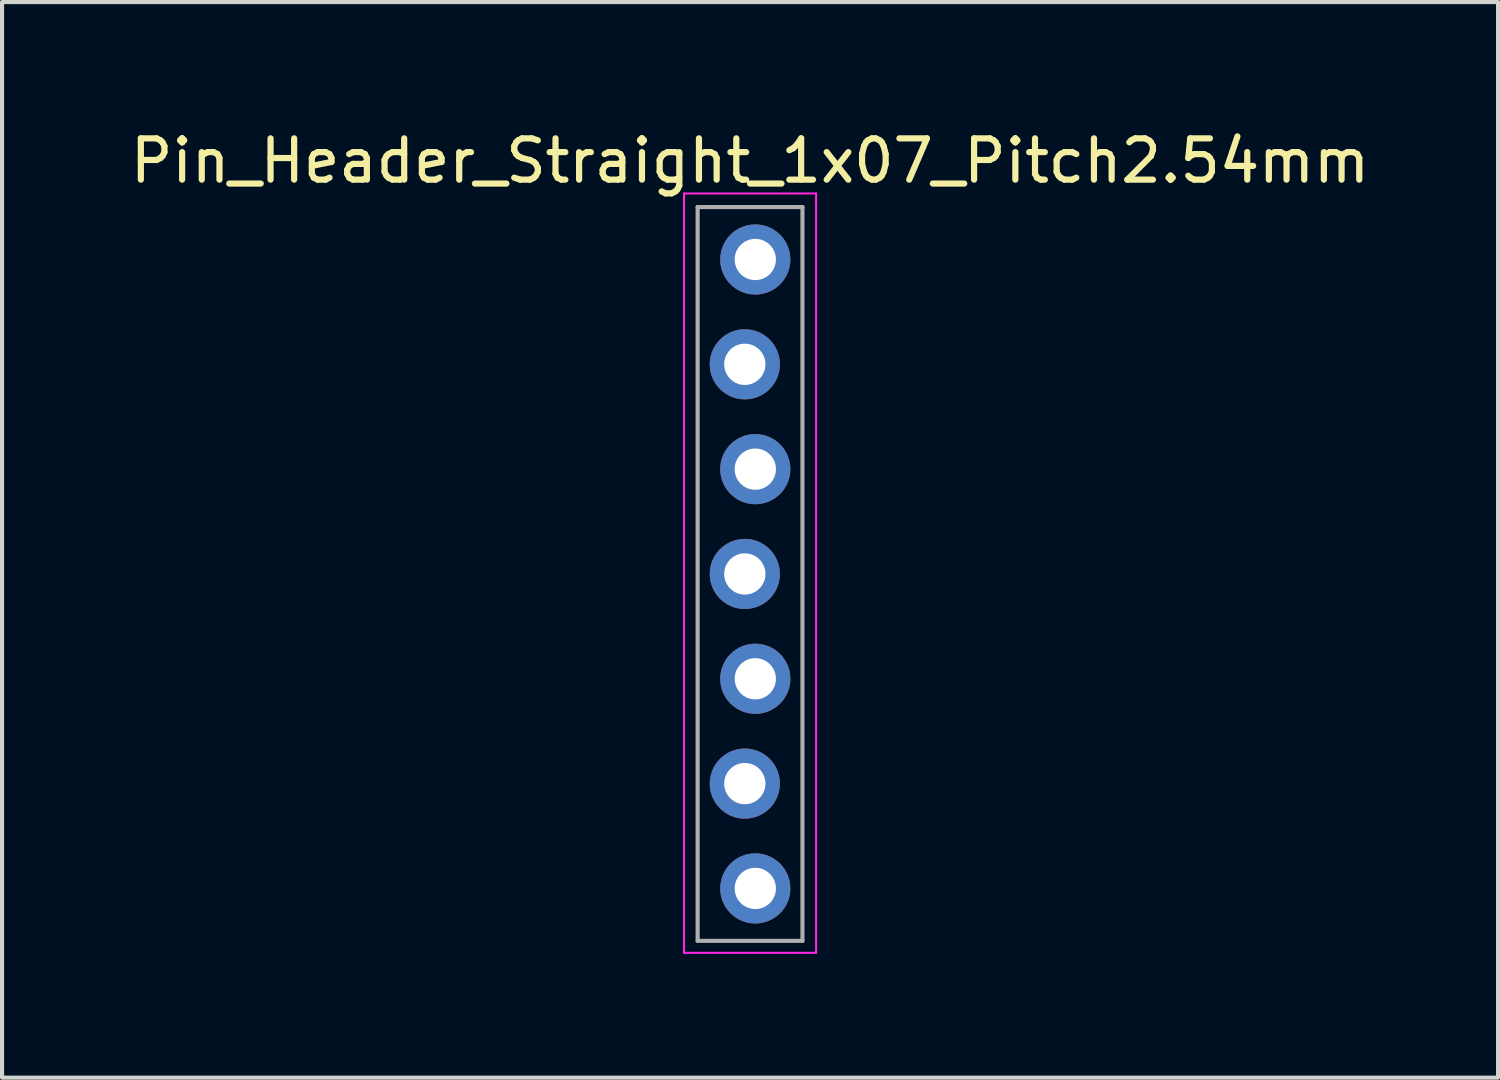
<source format=kicad_pcb>
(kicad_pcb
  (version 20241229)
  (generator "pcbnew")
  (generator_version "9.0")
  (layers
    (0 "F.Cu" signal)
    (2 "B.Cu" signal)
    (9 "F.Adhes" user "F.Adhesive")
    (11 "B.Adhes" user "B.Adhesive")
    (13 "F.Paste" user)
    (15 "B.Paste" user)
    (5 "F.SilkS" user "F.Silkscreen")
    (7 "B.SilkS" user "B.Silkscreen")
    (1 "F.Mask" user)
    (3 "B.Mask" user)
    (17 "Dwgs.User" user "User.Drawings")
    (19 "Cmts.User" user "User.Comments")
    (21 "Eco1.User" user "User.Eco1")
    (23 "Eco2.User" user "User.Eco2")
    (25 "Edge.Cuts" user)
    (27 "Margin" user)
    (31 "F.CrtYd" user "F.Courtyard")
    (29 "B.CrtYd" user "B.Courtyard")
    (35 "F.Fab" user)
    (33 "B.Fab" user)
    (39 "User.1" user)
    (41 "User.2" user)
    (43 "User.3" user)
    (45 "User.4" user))
  (footprint "Pin_Header_Straight_1x07_Pitch2.54mm"
    (layer "F.Cu")
    (at 15.125 3.238)
    (property "Reference" "Pin_Header_Straight_1x07_Pitch2.54mm" (at 0 -2.39 0) (layer "F.SilkS") (effects (font (size 1 1) (thickness 0.15))))
    (attr through_hole)
    (fp_line (start -1.6 -1.6) (end -1.6 16.8) (stroke (width 0.05) (type solid)) (layer "F.CrtYd"))
    (fp_line (start -1.6 16.8) (end 1.6 16.8) (stroke (width 0.05) (type solid)) (layer "F.CrtYd"))
    (fp_line (start 1.6 -1.6) (end -1.6 -1.6) (stroke (width 0.05) (type solid)) (layer "F.CrtYd"))
    (fp_line (start 1.6 16.8) (end 1.6 -1.6) (stroke (width 0.05) (type solid)) (layer "F.CrtYd"))
    (fp_line (start -1.27 -1.27) (end -1.27 16.51) (stroke (width 0.1) (type solid)) (layer "F.Fab"))
    (fp_line (start -1.27 16.51) (end 1.27 16.51) (stroke (width 0.1) (type solid)) (layer "F.Fab"))
    (fp_line (start 1.27 -1.27) (end -1.27 -1.27) (stroke (width 0.1) (type solid)) (layer "F.Fab"))
    (fp_line (start 1.27 16.51) (end 1.27 -1.27) (stroke (width 0.1) (type solid)) (layer "F.Fab"))
    (pad "1" thru_hole circle (at 0.127 0) (size 1.7 1.7) (drill 1) (layers "*.Cu" "*.Mask"))
    (pad "2" thru_hole oval (at -0.127 2.54) (size 1.7 1.7) (drill 1) (layers "*.Cu" "*.Mask"))
    (pad "3" thru_hole oval (at 0.127 5.08) (size 1.7 1.7) (drill 1) (layers "*.Cu" "*.Mask"))
    (pad "4" thru_hole oval (at -0.127 7.62) (size 1.7 1.7) (drill 1) (layers "*.Cu" "*.Mask"))
    (pad "5" thru_hole oval (at 0.127 10.16) (size 1.7 1.7) (drill 1) (layers "*.Cu" "*.Mask"))
    (pad "6" thru_hole oval (at -0.127 12.7) (size 1.7 1.7) (drill 1) (layers "*.Cu" "*.Mask"))
    (pad "7" thru_hole oval (at 0.127 15.24) (size 1.7 1.7) (drill 1) (layers "*.Cu" "*.Mask")))
  (gr_rect
    (start -3 -3)
    (end 33.25 23.063)
    (stroke (width 0.1) (type default))
    (fill no)
    (layer "Edge.Cuts")))
</source>
